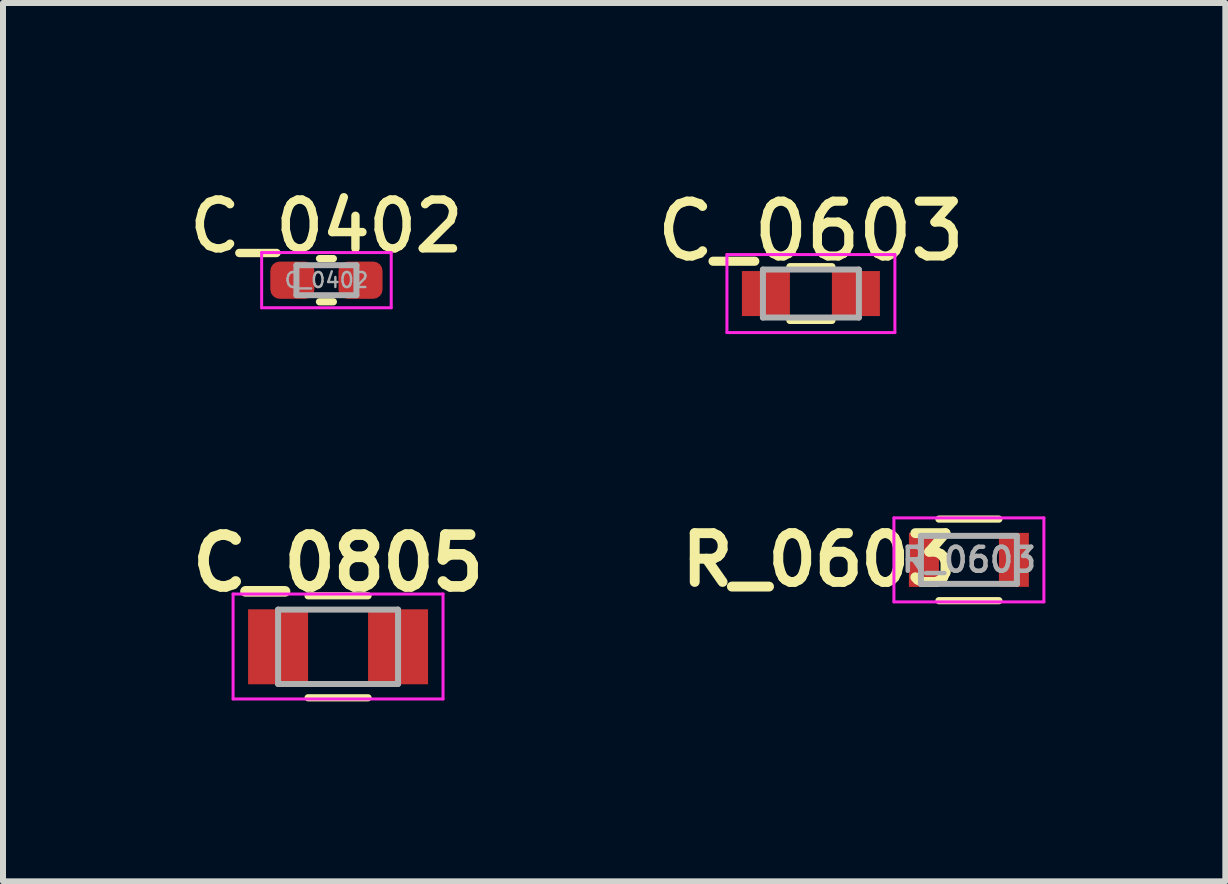
<source format=kicad_pcb>
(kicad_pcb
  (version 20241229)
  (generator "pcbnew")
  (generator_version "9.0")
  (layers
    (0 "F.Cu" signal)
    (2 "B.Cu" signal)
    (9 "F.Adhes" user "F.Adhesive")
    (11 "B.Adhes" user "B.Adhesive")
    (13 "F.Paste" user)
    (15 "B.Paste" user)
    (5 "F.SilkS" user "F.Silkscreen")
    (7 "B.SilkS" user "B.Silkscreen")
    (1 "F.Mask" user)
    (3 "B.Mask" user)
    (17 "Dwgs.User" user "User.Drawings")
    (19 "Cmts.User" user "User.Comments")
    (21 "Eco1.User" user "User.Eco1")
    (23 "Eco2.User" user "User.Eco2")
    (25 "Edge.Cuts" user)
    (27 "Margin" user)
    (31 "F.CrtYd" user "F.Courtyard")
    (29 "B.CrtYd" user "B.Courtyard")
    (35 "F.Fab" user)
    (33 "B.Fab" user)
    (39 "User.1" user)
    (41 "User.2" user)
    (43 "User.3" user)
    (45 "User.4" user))
  (footprint "C_0402"
    (layer "F.Cu")
    (at 2.392 1.621)
    (property "Reference" "C_0402" (at 0 -0.9 0) (unlocked yes) (layer "F.SilkS") (effects (font (size 0.813 0.813) (thickness 0.14))))
    (attr smd)
    (fp_line (start -0.116 -0.36) (end 0.116 -0.36) (stroke (width 0.12) (type solid)) (layer "F.SilkS"))
    (fp_line (start -0.116 0.36) (end 0.116 0.36) (stroke (width 0.12) (type solid)) (layer "F.SilkS"))
    (fp_line (start -1.08 -0.46) (end 1.08 -0.46) (stroke (width 0.05) (type solid)) (layer "F.CrtYd"))
    (fp_line (start -1.08 0.46) (end -1.08 -0.46) (stroke (width 0.05) (type solid)) (layer "F.CrtYd"))
    (fp_line (start 1.08 -0.46) (end 1.08 0.46) (stroke (width 0.05) (type solid)) (layer "F.CrtYd"))
    (fp_line (start 1.08 0.46) (end -1.08 0.46) (stroke (width 0.05) (type solid)) (layer "F.CrtYd"))
    (fp_line (start -0.5 -0.25) (end 0.5 -0.25) (stroke (width 0.1) (type solid)) (layer "F.Fab"))
    (fp_line (start -0.5 0.25) (end -0.5 -0.25) (stroke (width 0.1) (type solid)) (layer "F.Fab"))
    (fp_line (start 0.5 -0.25) (end 0.5 0.25) (stroke (width 0.1) (type solid)) (layer "F.Fab"))
    (fp_line (start 0.5 0.25) (end -0.5 0.25) (stroke (width 0.1) (type solid)) (layer "F.Fab"))
    (fp_text user "${REFERENCE}" (at 0 0 0) (layer "F.Fab") (effects (font (size 0.25 0.25) (thickness 0.04))))
    (pad "1" smd roundrect (at -0.568 0) (size 0.735 0.62) (layers "F.Cu" "F.Mask" "F.Paste") (roundrect_rratio 0.25))
    (pad "2" smd roundrect (at 0.568 0) (size 0.735 0.62) (layers "F.Cu" "F.Mask" "F.Paste") (roundrect_rratio 0.25)))
  (footprint "C_0805"
    (layer "F.Cu")
    (at 2.586 7.733)
    (property "Reference" "C_0805" (at 0 -1.397 0) (unlocked yes) (layer "F.SilkS") (effects (font (size 0.864 0.864) (thickness 0.178))))
    (attr smd)
    (fp_line (start -0.5 0.85) (end 0.5 0.85) (stroke (width 0.12) (type solid)) (layer "F.SilkS"))
    (fp_line (start 0.5 -0.85) (end -0.5 -0.85) (stroke (width 0.12) (type solid)) (layer "F.SilkS"))
    (fp_line (start -1.75 -0.88) (end -1.75 0.87) (stroke (width 0.05) (type solid)) (layer "F.CrtYd"))
    (fp_line (start -1.75 -0.88) (end 1.75 -0.88) (stroke (width 0.05) (type solid)) (layer "F.CrtYd"))
    (fp_line (start 1.75 0.87) (end -1.75 0.87) (stroke (width 0.05) (type solid)) (layer "F.CrtYd"))
    (fp_line (start 1.75 0.87) (end 1.75 -0.88) (stroke (width 0.05) (type solid)) (layer "F.CrtYd"))
    (fp_line (start -1 -0.62) (end 1 -0.62) (stroke (width 0.1) (type solid)) (layer "F.Fab"))
    (fp_line (start -1 0.62) (end -1 -0.62) (stroke (width 0.1) (type solid)) (layer "F.Fab"))
    (fp_line (start 1 -0.62) (end 1 0.62) (stroke (width 0.1) (type solid)) (layer "F.Fab"))
    (fp_line (start 1 0.62) (end -1 0.62) (stroke (width 0.1) (type solid)) (layer "F.Fab"))
    (pad "1" smd rect (at -1 0) (size 1 1.25) (layers "F.Cu" "F.Mask" "F.Paste"))
    (pad "2" smd rect (at 1 0) (size 1 1.25) (layers "F.Cu" "F.Mask" "F.Paste")))
  (footprint "C_0603"
    (layer "F.Cu")
    (at 10.469 1.844)
    (property "Reference" "C_0603" (at 0 -1.041 0) (layer "F.SilkS") (effects (font (size 0.914 0.914) (thickness 0.152))))
    (attr smd)
    (fp_line (start -0.35 -0.448) (end 0.35 -0.448) (stroke (width 0.12) (type solid)) (layer "F.SilkS"))
    (fp_line (start 0.35 0.448) (end -0.35 0.448) (stroke (width 0.12) (type solid)) (layer "F.SilkS"))
    (fp_line (start -1.4 -0.65) (end -1.4 0.65) (stroke (width 0.05) (type solid)) (layer "F.CrtYd"))
    (fp_line (start -1.4 -0.65) (end 1.4 -0.65) (stroke (width 0.05) (type solid)) (layer "F.CrtYd"))
    (fp_line (start 1.4 0.65) (end -1.4 0.65) (stroke (width 0.05) (type solid)) (layer "F.CrtYd"))
    (fp_line (start 1.4 0.65) (end 1.4 -0.65) (stroke (width 0.05) (type solid)) (layer "F.CrtYd"))
    (fp_line (start -0.8 -0.4) (end 0.8 -0.4) (stroke (width 0.1) (type solid)) (layer "F.Fab"))
    (fp_line (start -0.8 0.4) (end -0.8 -0.4) (stroke (width 0.1) (type solid)) (layer "F.Fab"))
    (fp_line (start 0.8 -0.4) (end 0.8 0.4) (stroke (width 0.1) (type solid)) (layer "F.Fab"))
    (fp_line (start 0.8 0.4) (end -0.8 0.4) (stroke (width 0.1) (type solid)) (layer "F.Fab"))
    (pad "1" smd rect (at -0.75 0) (size 0.8 0.75) (layers "F.Cu" "F.Mask" "F.Paste"))
    (pad "2" smd rect (at 0.75 0) (size 0.8 0.75) (layers "F.Cu" "F.Mask" "F.Paste")))
  (footprint "R_0603"
    (layer "F.Cu")
    (at 13.103 6.284)
    (property "Reference" "R_0603" (at -2.5 0 0) (layer "F.SilkS") (effects (font (size 0.813 0.813) (thickness 0.165))))
    (attr smd)
    (fp_line (start -0.5 -0.68) (end 0.5 -0.68) (stroke (width 0.12) (type solid)) (layer "F.SilkS"))
    (fp_line (start 0.5 0.68) (end -0.5 0.68) (stroke (width 0.12) (type solid)) (layer "F.SilkS"))
    (fp_line (start -1.25 -0.7) (end -1.25 0.7) (stroke (width 0.05) (type solid)) (layer "F.CrtYd"))
    (fp_line (start -1.25 -0.7) (end 1.25 -0.7) (stroke (width 0.05) (type solid)) (layer "F.CrtYd"))
    (fp_line (start 1.25 0.7) (end -1.25 0.7) (stroke (width 0.05) (type solid)) (layer "F.CrtYd"))
    (fp_line (start 1.25 0.7) (end 1.25 -0.7) (stroke (width 0.05) (type solid)) (layer "F.CrtYd"))
    (fp_line (start -0.8 -0.4) (end 0.8 -0.4) (stroke (width 0.1) (type solid)) (layer "F.Fab"))
    (fp_line (start -0.8 0.4) (end -0.8 -0.4) (stroke (width 0.1) (type solid)) (layer "F.Fab"))
    (fp_line (start 0.8 -0.4) (end 0.8 0.4) (stroke (width 0.1) (type solid)) (layer "F.Fab"))
    (fp_line (start 0.8 0.4) (end -0.8 0.4) (stroke (width 0.1) (type solid)) (layer "F.Fab"))
    (fp_text user "${REFERENCE}" (at 0 0 0) (layer "F.Fab") (effects (font (size 0.4 0.4) (thickness 0.075))))
    (pad "1" smd rect (at -0.75 0) (size 0.5 0.9) (layers "F.Cu" "F.Mask" "F.Paste"))
    (pad "2" smd rect (at 0.75 0) (size 0.5 0.9) (layers "F.Cu" "F.Mask" "F.Paste")))
  (gr_rect
    (start -3 -3)
    (end 17.378 11.643)
    (stroke (width 0.1) (type default))
    (fill no)
    (layer "Edge.Cuts")))
</source>
